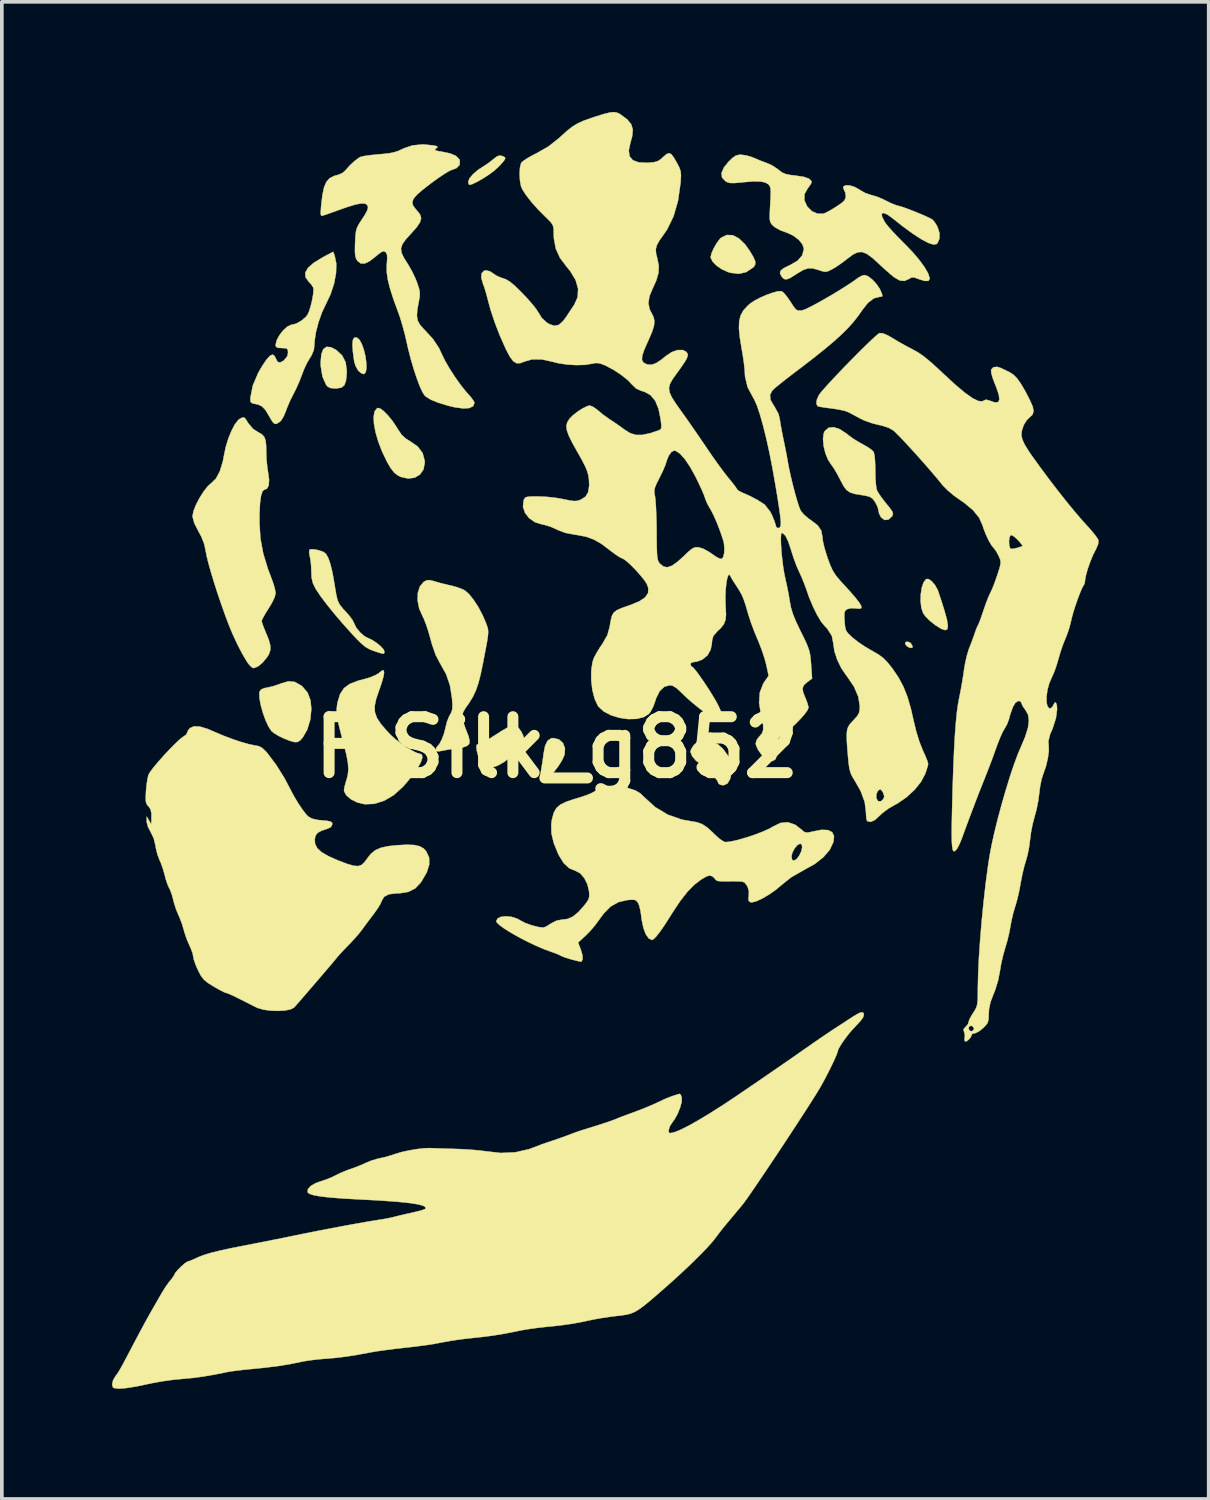
<source format=kicad_pcb>
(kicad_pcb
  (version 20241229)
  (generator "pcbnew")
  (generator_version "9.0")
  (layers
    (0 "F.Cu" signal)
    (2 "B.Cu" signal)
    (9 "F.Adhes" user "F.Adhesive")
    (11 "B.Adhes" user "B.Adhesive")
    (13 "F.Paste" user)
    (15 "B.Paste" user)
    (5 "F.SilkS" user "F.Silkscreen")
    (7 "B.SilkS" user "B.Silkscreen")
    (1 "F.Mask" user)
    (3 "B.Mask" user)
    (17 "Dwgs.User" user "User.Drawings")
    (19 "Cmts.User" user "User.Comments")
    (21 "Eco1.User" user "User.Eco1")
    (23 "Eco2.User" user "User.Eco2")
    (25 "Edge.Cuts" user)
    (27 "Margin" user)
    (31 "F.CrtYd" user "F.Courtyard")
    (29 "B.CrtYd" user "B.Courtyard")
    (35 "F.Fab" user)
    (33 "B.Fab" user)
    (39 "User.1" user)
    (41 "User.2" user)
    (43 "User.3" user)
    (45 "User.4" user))
  (footprint "F.Silk_g852"
    (layer "F.Cu")
    (at 12.122 17.313)
    (property "Reference" "F.Silk_g852" (at 0 0 0) (layer "F.SilkS") (effects (font (size 1.524 1.524) (thickness 0.3))))
    (attr through_hole)
    (fp_poly (pts (xy 9.643 -2.842) (xy 9.691 -2.757) (xy 9.694 -2.727) (xy 9.664 -2.708) (xy 9.597 -2.721) (xy 9.534 -2.759) (xy 9.533 -2.76) (xy 9.486 -2.832) (xy 9.514 -2.872) (xy 9.563 -2.879) (xy 9.643 -2.842)) (stroke (width 0.01) (type solid)) (fill yes) (layer "F.SilkS"))
    (fp_poly (pts (xy -6.153 -10.902) (xy -6.011 -10.827) (xy -5.848 -10.676) (xy -5.753 -10.488) (xy -5.723 -10.252) (xy -5.725 -10.175) (xy -5.746 -9.986) (xy -5.789 -9.867) (xy -5.868 -9.803) (xy -5.991 -9.78) (xy -6.037 -9.779) (xy -6.167 -9.79) (xy -6.247 -9.831) (xy -6.287 -9.88) (xy -6.386 -10.102) (xy -6.432 -10.383) (xy -6.435 -10.486) (xy -6.417 -10.705) (xy -6.365 -10.848) (xy -6.277 -10.913) (xy -6.153 -10.902)) (stroke (width 0.01) (type solid)) (fill yes) (layer "F.SilkS"))
    (fp_poly (pts (xy -5.442 -11.162) (xy -5.374 -11.1) (xy -5.311 -10.983) (xy -5.257 -10.828) (xy -5.216 -10.656) (xy -5.192 -10.485) (xy -5.187 -10.334) (xy -5.206 -10.223) (xy -5.252 -10.171) (xy -5.255 -10.17) (xy -5.326 -10.191) (xy -5.407 -10.26) (xy -5.413 -10.268) (xy -5.483 -10.391) (xy -5.521 -10.514) (xy -5.557 -10.782) (xy -5.569 -10.976) (xy -5.557 -11.1) (xy -5.52 -11.162) (xy -5.457 -11.167) (xy -5.442 -11.162)) (stroke (width 0.01) (type solid)) (fill yes) (layer "F.SilkS"))
    (fp_poly (pts (xy -1.501 -16.116) (xy -1.464 -16.103) (xy -1.416 -16.078) (xy -1.406 -16.043) (xy -1.44 -15.984) (xy -1.524 -15.887) (xy -1.598 -15.809) (xy -1.708 -15.711) (xy -1.854 -15.602) (xy -2.017 -15.497) (xy -2.175 -15.407) (xy -2.306 -15.345) (xy -2.386 -15.325) (xy -2.407 -15.361) (xy -2.412 -15.42) (xy -2.377 -15.507) (xy -2.283 -15.617) (xy -2.148 -15.733) (xy -1.99 -15.836) (xy -1.887 -15.903) (xy -1.769 -15.993) (xy -1.745 -16.013) (xy -1.642 -16.093) (xy -1.57 -16.124) (xy -1.501 -16.116)) (stroke (width 0.01) (type solid)) (fill yes) (layer "F.SilkS"))
    (fp_poly (pts (xy 0.059 -0.215) (xy 0.168 -0.116) (xy 0.222 0.026) (xy 0.211 0.193) (xy 0.203 0.221) (xy 0.139 0.359) (xy 0.042 0.512) (xy -0.073 0.663) (xy -0.192 0.795) (xy -0.299 0.89) (xy -0.382 0.931) (xy -0.388 0.931) (xy -0.436 0.901) (xy -0.445 0.888) (xy -0.452 0.825) (xy -0.443 0.71) (xy -0.429 0.624) (xy -0.398 0.442) (xy -0.369 0.243) (xy -0.36 0.169) (xy -0.319 -0.043) (xy -0.253 -0.18) (xy -0.156 -0.245) (xy -0.094 -0.253) (xy 0.059 -0.215)) (stroke (width 0.01) (type solid)) (fill yes) (layer "F.SilkS"))
    (fp_poly (pts (xy 4.794 -13.954) (xy 4.961 -13.867) (xy 5.13 -13.704) (xy 5.25 -13.536) (xy 5.351 -13.368) (xy 5.403 -13.25) (xy 5.409 -13.166) (xy 5.373 -13.1) (xy 5.345 -13.072) (xy 5.157 -12.948) (xy 4.958 -12.902) (xy 4.733 -12.93) (xy 4.657 -12.953) (xy 4.492 -13.029) (xy 4.347 -13.13) (xy 4.241 -13.24) (xy 4.192 -13.342) (xy 4.191 -13.357) (xy 4.215 -13.462) (xy 4.277 -13.601) (xy 4.358 -13.742) (xy 4.443 -13.854) (xy 4.477 -13.886) (xy 4.631 -13.961) (xy 4.794 -13.954)) (stroke (width 0.01) (type solid)) (fill yes) (layer "F.SilkS"))
    (fp_poly (pts (xy 10.133 -4.584) (xy 10.219 -4.522) (xy 10.305 -4.42) (xy 10.375 -4.294) (xy 10.387 -4.265) (xy 10.429 -4.14) (xy 10.486 -3.966) (xy 10.546 -3.774) (xy 10.563 -3.718) (xy 10.629 -3.48) (xy 10.655 -3.315) (xy 10.641 -3.22) (xy 10.582 -3.192) (xy 10.477 -3.228) (xy 10.323 -3.324) (xy 10.287 -3.35) (xy 10.154 -3.458) (xy 10.042 -3.572) (xy 9.982 -3.654) (xy 9.933 -3.798) (xy 9.912 -3.979) (xy 9.917 -4.172) (xy 9.945 -4.353) (xy 9.995 -4.499) (xy 10.065 -4.587) (xy 10.066 -4.587) (xy 10.133 -4.584)) (stroke (width 0.01) (type solid)) (fill yes) (layer "F.SilkS"))
    (fp_poly (pts (xy -4.812 -9.232) (xy -4.714 -9.159) (xy -4.598 -9.041) (xy -4.478 -8.893) (xy -4.368 -8.729) (xy -4.339 -8.68) (xy -4.231 -8.518) (xy -4.107 -8.406) (xy -4.002 -8.343) (xy -3.79 -8.196) (xy -3.656 -8.017) (xy -3.6 -7.806) (xy -3.598 -7.759) (xy -3.633 -7.572) (xy -3.729 -7.433) (xy -3.872 -7.348) (xy -4.049 -7.324) (xy -4.245 -7.367) (xy -4.319 -7.401) (xy -4.425 -7.479) (xy -4.527 -7.608) (xy -4.622 -7.771) (xy -4.758 -8.053) (xy -4.865 -8.33) (xy -4.941 -8.59) (xy -4.983 -8.823) (xy -4.991 -9.016) (xy -4.962 -9.159) (xy -4.895 -9.241) (xy -4.88 -9.247) (xy -4.812 -9.232)) (stroke (width 0.01) (type solid)) (fill yes) (layer "F.SilkS"))
    (fp_poly (pts (xy 4.04 -0.176) (xy 4.233 -0.153) (xy 4.38 -0.089) (xy 4.516 0.031) (xy 4.54 0.058) (xy 4.691 0.267) (xy 4.765 0.467) (xy 4.768 0.661) (xy 4.722 0.862) (xy 4.649 0.985) (xy 4.546 1.032) (xy 4.477 1.026) (xy 4.414 0.997) (xy 4.403 0.978) (xy 4.373 0.909) (xy 4.297 0.806) (xy 4.193 0.69) (xy 4.08 0.579) (xy 3.975 0.494) (xy 3.943 0.474) (xy 3.795 0.367) (xy 3.689 0.244) (xy 3.642 0.126) (xy 3.641 0.11) (xy 3.667 0.037) (xy 3.73 -0.057) (xy 3.74 -0.068) (xy 3.817 -0.141) (xy 3.903 -0.173) (xy 4.036 -0.176) (xy 4.04 -0.176)) (stroke (width 0.01) (type solid)) (fill yes) (layer "F.SilkS"))
    (fp_poly (pts (xy -7.14 -1.782) (xy -6.968 -1.686) (xy -6.936 -1.66) (xy -6.793 -1.494) (xy -6.712 -1.285) (xy -6.689 -1.045) (xy -6.718 -0.752) (xy -6.801 -0.481) (xy -6.92 -0.273) (xy -6.993 -0.189) (xy -7.063 -0.146) (xy -7.152 -0.143) (xy -7.279 -0.179) (xy -7.429 -0.239) (xy -7.579 -0.31) (xy -7.708 -0.389) (xy -7.775 -0.444) (xy -7.857 -0.568) (xy -7.938 -0.743) (xy -8.011 -0.947) (xy -8.068 -1.154) (xy -8.102 -1.342) (xy -8.106 -1.485) (xy -8.101 -1.513) (xy -8.059 -1.576) (xy -7.963 -1.615) (xy -7.891 -1.628) (xy -7.731 -1.665) (xy -7.559 -1.722) (xy -7.511 -1.741) (xy -7.314 -1.8) (xy -7.14 -1.782)) (stroke (width 0.01) (type solid)) (fill yes) (layer "F.SilkS"))
    (fp_poly (pts (xy -1.097 -0.568) (xy -1.037 -0.523) (xy -0.968 -0.427) (xy -0.911 -0.308) (xy -0.889 -0.213) (xy -0.917 -0.151) (xy -0.992 -0.05) (xy -1.096 0.074) (xy -1.214 0.201) (xy -1.33 0.314) (xy -1.429 0.395) (xy -1.431 0.396) (xy -1.603 0.494) (xy -1.768 0.551) (xy -1.906 0.56) (xy -1.963 0.542) (xy -2.053 0.451) (xy -2.128 0.294) (xy -2.179 0.095) (xy -2.193 -0.019) (xy -2.18 -0.072) (xy -2.141 -0.085) (xy -2.107 -0.089) (xy -2.062 -0.105) (xy -1.994 -0.14) (xy -1.892 -0.201) (xy -1.744 -0.294) (xy -1.538 -0.425) (xy -1.496 -0.452) (xy -1.324 -0.549) (xy -1.196 -0.587) (xy -1.097 -0.568)) (stroke (width 0.01) (type solid)) (fill yes) (layer "F.SilkS"))
    (fp_poly (pts (xy -6.569 -5.387) (xy -6.499 -5.372) (xy -6.37 -5.331) (xy -6.293 -5.275) (xy -6.236 -5.177) (xy -6.223 -5.148) (xy -6.176 -5.013) (xy -6.13 -4.836) (xy -6.098 -4.678) (xy -6.065 -4.484) (xy -6.031 -4.283) (xy -6.008 -4.149) (xy -5.975 -4.008) (xy -5.921 -3.895) (xy -5.829 -3.779) (xy -5.759 -3.705) (xy -5.65 -3.581) (xy -5.565 -3.464) (xy -5.524 -3.381) (xy -5.466 -3.261) (xy -5.362 -3.133) (xy -5.241 -3.028) (xy -5.151 -2.981) (xy -5.037 -2.928) (xy -4.912 -2.847) (xy -4.8 -2.755) (xy -4.722 -2.669) (xy -4.699 -2.617) (xy -4.701 -2.573) (xy -4.719 -2.552) (xy -4.769 -2.557) (xy -4.868 -2.587) (xy -4.996 -2.63) (xy -5.109 -2.675) (xy -5.211 -2.734) (xy -5.318 -2.821) (xy -5.449 -2.949) (xy -5.571 -3.08) (xy -5.823 -3.36) (xy -6.058 -3.635) (xy -6.265 -3.891) (xy -6.435 -4.116) (xy -6.557 -4.297) (xy -6.574 -4.326) (xy -6.645 -4.471) (xy -6.68 -4.615) (xy -6.689 -4.791) (xy -6.695 -4.961) (xy -6.713 -5.12) (xy -6.731 -5.206) (xy -6.749 -5.312) (xy -6.741 -5.382) (xy -6.737 -5.387) (xy -6.678 -5.399) (xy -6.569 -5.387)) (stroke (width 0.01) (type solid)) (fill yes) (layer "F.SilkS"))
    (fp_poly (pts (xy 7.708 -8.67) (xy 7.899 -8.545) (xy 7.95 -8.502) (xy 8.065 -8.417) (xy 8.219 -8.321) (xy 8.34 -8.255) (xy 8.476 -8.177) (xy 8.584 -8.1) (xy 8.634 -8.046) (xy 8.653 -7.97) (xy 8.668 -7.832) (xy 8.677 -7.655) (xy 8.678 -7.541) (xy 8.682 -7.348) (xy 8.693 -7.176) (xy 8.709 -7.049) (xy 8.72 -7.008) (xy 8.767 -6.923) (xy 8.853 -6.799) (xy 8.96 -6.661) (xy 8.976 -6.641) (xy 9.082 -6.51) (xy 9.141 -6.424) (xy 9.159 -6.366) (xy 9.146 -6.318) (xy 9.131 -6.292) (xy 9.037 -6.206) (xy 8.933 -6.195) (xy 8.839 -6.261) (xy 8.831 -6.272) (xy 8.779 -6.378) (xy 8.763 -6.459) (xy 8.74 -6.552) (xy 8.683 -6.667) (xy 8.667 -6.693) (xy 8.601 -6.777) (xy 8.526 -6.827) (xy 8.412 -6.857) (xy 8.317 -6.872) (xy 8.122 -6.904) (xy 7.989 -6.946) (xy 7.893 -7.012) (xy 7.812 -7.121) (xy 7.724 -7.289) (xy 7.723 -7.29) (xy 7.64 -7.448) (xy 7.56 -7.584) (xy 7.499 -7.674) (xy 7.49 -7.684) (xy 7.394 -7.828) (xy 7.318 -8.012) (xy 7.27 -8.211) (xy 7.253 -8.401) (xy 7.272 -8.556) (xy 7.299 -8.616) (xy 7.402 -8.706) (xy 7.541 -8.724) (xy 7.708 -8.67)) (stroke (width 0.01) (type solid)) (fill yes) (layer "F.SilkS"))
    (fp_poly (pts (xy -4.711 -2.067) (xy -4.707 -2.041) (xy -4.716 -1.965) (xy -4.75 -1.832) (xy -4.804 -1.663) (xy -4.845 -1.548) (xy -4.924 -1.315) (xy -4.963 -1.124) (xy -4.957 -0.959) (xy -4.902 -0.801) (xy -4.792 -0.634) (xy -4.623 -0.439) (xy -4.521 -0.332) (xy -4.402 -0.225) (xy -4.253 -0.111) (xy -4.092 -0.001) (xy -3.939 0.091) (xy -3.815 0.151) (xy -3.747 0.169) (xy -3.677 0.198) (xy -3.664 0.278) (xy -3.705 0.405) (xy -3.796 0.57) (xy -3.934 0.766) (xy -4.116 0.988) (xy -4.195 1.076) (xy -4.439 1.298) (xy -4.702 1.453) (xy -4.97 1.539) (xy -5.234 1.55) (xy -5.438 1.502) (xy -5.61 1.415) (xy -5.735 1.309) (xy -5.795 1.2) (xy -5.799 1.167) (xy -5.784 1.072) (xy -5.749 0.944) (xy -5.737 0.91) (xy -5.696 0.761) (xy -5.68 0.607) (xy -5.692 0.427) (xy -5.732 0.206) (xy -5.803 -0.076) (xy -5.805 -0.085) (xy -5.883 -0.377) (xy -5.94 -0.604) (xy -5.976 -0.778) (xy -5.995 -0.915) (xy -5.999 -1.03) (xy -5.989 -1.137) (xy -5.971 -1.24) (xy -5.905 -1.453) (xy -5.8 -1.612) (xy -5.642 -1.728) (xy -5.42 -1.814) (xy -5.307 -1.843) (xy -5.092 -1.904) (xy -4.923 -1.976) (xy -4.847 -2.025) (xy -4.765 -2.09) (xy -4.726 -2.103) (xy -4.711 -2.067)) (stroke (width 0.01) (type solid)) (fill yes) (layer "F.SilkS"))
    (fp_poly (pts (xy -3.369 -4.534) (xy -3.314 -4.517) (xy -3.147 -4.47) (xy -2.958 -4.424) (xy -2.878 -4.407) (xy -2.717 -4.363) (xy -2.568 -4.306) (xy -2.506 -4.275) (xy -2.393 -4.176) (xy -2.266 -4.017) (xy -2.137 -3.818) (xy -2.021 -3.598) (xy -1.941 -3.413) (xy -1.909 -3.329) (xy -1.886 -3.26) (xy -1.873 -3.195) (xy -1.871 -3.119) (xy -1.88 -3.018) (xy -1.901 -2.881) (xy -1.936 -2.693) (xy -1.984 -2.441) (xy -2.01 -2.307) (xy -2.074 -1.996) (xy -2.137 -1.75) (xy -2.206 -1.549) (xy -2.289 -1.373) (xy -2.393 -1.204) (xy -2.485 -1.076) (xy -2.552 -0.962) (xy -2.576 -0.847) (xy -2.556 -0.709) (xy -2.492 -0.524) (xy -2.477 -0.487) (xy -2.406 -0.301) (xy -2.376 -0.175) (xy -2.388 -0.093) (xy -2.445 -0.041) (xy -2.537 -0.006) (xy -2.65 0.024) (xy -2.727 0.037) (xy -2.738 0.036) (xy -2.805 0.039) (xy -2.938 0.058) (xy -3.123 0.092) (xy -3.207 0.109) (xy -3.285 0.105) (xy -3.302 0.067) (xy -3.276 -0.006) (xy -3.259 -0.022) (xy -3.199 -0.092) (xy -3.133 -0.217) (xy -3.075 -0.371) (xy -3.035 -0.526) (xy -3.031 -0.548) (xy -2.991 -0.704) (xy -2.93 -0.851) (xy -2.914 -0.879) (xy -2.87 -0.962) (xy -2.847 -1.048) (xy -2.844 -1.161) (xy -2.856 -1.329) (xy -2.857 -1.346) (xy -2.912 -1.688) (xy -3.014 -1.989) (xy -3.177 -2.283) (xy -3.186 -2.297) (xy -3.302 -2.519) (xy -3.405 -2.816) (xy -3.444 -2.96) (xy -3.502 -3.165) (xy -3.566 -3.358) (xy -3.628 -3.514) (xy -3.661 -3.579) (xy -3.751 -3.786) (xy -3.793 -4.001) (xy -3.787 -4.205) (xy -3.734 -4.378) (xy -3.634 -4.502) (xy -3.619 -4.513) (xy -3.548 -4.55) (xy -3.476 -4.557) (xy -3.369 -4.534)) (stroke (width 0.01) (type solid)) (fill yes) (layer "F.SilkS"))
    (fp_poly (pts (xy -6.053 -13.396) (xy -6.009 -13.182) (xy -6.016 -12.922) (xy -6.07 -12.635) (xy -6.167 -12.34) (xy -6.288 -12.086) (xy -6.4 -11.849) (xy -6.495 -11.58) (xy -6.565 -11.309) (xy -6.601 -11.067) (xy -6.604 -10.994) (xy -6.621 -10.826) (xy -6.684 -10.677) (xy -6.728 -10.609) (xy -6.81 -10.468) (xy -6.893 -10.29) (xy -6.944 -10.156) (xy -7.018 -9.963) (xy -7.111 -9.755) (xy -7.175 -9.631) (xy -7.262 -9.458) (xy -7.342 -9.273) (xy -7.386 -9.155) (xy -7.443 -9.017) (xy -7.51 -8.908) (xy -7.548 -8.869) (xy -7.637 -8.815) (xy -7.693 -8.816) (xy -7.737 -8.858) (xy -7.785 -8.931) (xy -7.845 -9.035) (xy -7.847 -9.038) (xy -7.942 -9.195) (xy -8.033 -9.29) (xy -8.14 -9.34) (xy -8.201 -9.353) (xy -8.305 -9.377) (xy -8.347 -9.417) (xy -8.351 -9.501) (xy -8.349 -9.527) (xy -8.284 -9.857) (xy -8.137 -10.203) (xy -8.02 -10.404) (xy -7.902 -10.576) (xy -7.811 -10.674) (xy -7.743 -10.702) (xy -7.69 -10.663) (xy -7.664 -10.609) (xy -7.609 -10.506) (xy -7.542 -10.484) (xy -7.445 -10.536) (xy -7.434 -10.545) (xy -7.341 -10.662) (xy -7.324 -10.756) (xy -7.331 -10.835) (xy -7.368 -10.871) (xy -7.459 -10.879) (xy -7.493 -10.88) (xy -7.603 -10.887) (xy -7.652 -10.915) (xy -7.662 -10.967) (xy -7.633 -11.091) (xy -7.559 -11.229) (xy -7.456 -11.361) (xy -7.344 -11.463) (xy -7.24 -11.513) (xy -7.22 -11.515) (xy -7.101 -11.545) (xy -6.964 -11.622) (xy -6.843 -11.723) (xy -6.796 -11.782) (xy -6.75 -11.881) (xy -6.705 -12.028) (xy -6.665 -12.194) (xy -6.638 -12.352) (xy -6.629 -12.476) (xy -6.635 -12.524) (xy -6.684 -12.603) (xy -6.76 -12.687) (xy -6.847 -12.809) (xy -6.854 -12.935) (xy -6.779 -13.066) (xy -6.621 -13.204) (xy -6.381 -13.35) (xy -6.381 -13.351) (xy -6.094 -13.504) (xy -6.053 -13.396)) (stroke (width 0.01) (type solid)) (fill yes) (layer "F.SilkS"))
    (fp_poly (pts (xy -8.51 -8.982) (xy -8.462 -8.922) (xy -8.419 -8.847) (xy -8.275 -8.675) (xy -8.146 -8.592) (xy -8.044 -8.534) (xy -7.977 -8.468) (xy -7.939 -8.374) (xy -7.921 -8.233) (xy -7.917 -8.027) (xy -7.917 -8.025) (xy -7.909 -7.828) (xy -7.888 -7.624) (xy -7.867 -7.493) (xy -7.84 -7.288) (xy -7.851 -7.136) (xy -7.899 -7.047) (xy -7.956 -7.027) (xy -8.015 -6.987) (xy -8.058 -6.865) (xy -8.087 -6.661) (xy -8.101 -6.375) (xy -8.102 -6.096) (xy -8.075 -5.686) (xy -8 -5.282) (xy -7.871 -4.858) (xy -7.789 -4.642) (xy -7.728 -4.475) (xy -7.683 -4.322) (xy -7.663 -4.213) (xy -7.662 -4.201) (xy -7.689 -4.091) (xy -7.763 -3.936) (xy -7.853 -3.787) (xy -7.941 -3.645) (xy -8.008 -3.527) (xy -8.042 -3.453) (xy -8.043 -3.443) (xy -8.027 -3.377) (xy -7.985 -3.263) (xy -7.939 -3.153) (xy -7.852 -2.94) (xy -7.808 -2.78) (xy -7.806 -2.653) (xy -7.844 -2.539) (xy -7.895 -2.456) (xy -8.02 -2.305) (xy -8.148 -2.201) (xy -8.261 -2.159) (xy -8.269 -2.159) (xy -8.326 -2.192) (xy -8.402 -2.274) (xy -8.435 -2.321) (xy -8.567 -2.542) (xy -8.71 -2.818) (xy -8.849 -3.122) (xy -8.927 -3.311) (xy -9.029 -3.578) (xy -9.134 -3.873) (xy -9.239 -4.18) (xy -9.336 -4.483) (xy -9.422 -4.766) (xy -9.492 -5.014) (xy -9.541 -5.21) (xy -9.56 -5.313) (xy -9.608 -5.544) (xy -9.692 -5.754) (xy -9.763 -5.882) (xy -9.877 -6.106) (xy -9.924 -6.28) (xy -9.925 -6.307) (xy -9.899 -6.439) (xy -9.831 -6.611) (xy -9.734 -6.797) (xy -9.621 -6.974) (xy -9.508 -7.118) (xy -9.416 -7.199) (xy -9.287 -7.324) (xy -9.181 -7.524) (xy -9.1 -7.79) (xy -9.067 -7.963) (xy -9.019 -8.191) (xy -8.949 -8.419) (xy -8.863 -8.629) (xy -8.771 -8.802) (xy -8.68 -8.92) (xy -8.634 -8.954) (xy -8.559 -8.989) (xy -8.51 -8.982)) (stroke (width 0.01) (type solid)) (fill yes) (layer "F.SilkS"))
    (fp_poly (pts (xy -3.355 -16.4) (xy -3.349 -16.399) (xy -3.263 -16.377) (xy -3.251 -16.353) (xy -3.29 -16.318) (xy -3.323 -16.285) (xy -3.303 -16.263) (xy -3.217 -16.243) (xy -3.153 -16.234) (xy -2.912 -16.184) (xy -2.749 -16.116) (xy -2.659 -16.025) (xy -2.642 -15.981) (xy -2.65 -15.867) (xy -2.737 -15.78) (xy -2.879 -15.728) (xy -2.951 -15.694) (xy -3.074 -15.618) (xy -3.232 -15.512) (xy -3.409 -15.384) (xy -3.45 -15.353) (xy -3.666 -15.185) (xy -3.816 -15.054) (xy -3.905 -14.947) (xy -3.938 -14.856) (xy -3.92 -14.769) (xy -3.856 -14.677) (xy -3.808 -14.624) (xy -3.726 -14.519) (xy -3.697 -14.419) (xy -3.727 -14.308) (xy -3.817 -14.173) (xy -3.955 -14.018) (xy -4.111 -13.846) (xy -4.207 -13.712) (xy -4.247 -13.595) (xy -4.231 -13.475) (xy -4.163 -13.331) (xy -4.045 -13.145) (xy -3.953 -12.984) (xy -3.86 -12.792) (xy -3.808 -12.663) (xy -3.756 -12.508) (xy -3.734 -12.393) (xy -3.737 -12.281) (xy -3.76 -12.153) (xy -3.801 -11.926) (xy -3.813 -11.758) (xy -3.791 -11.628) (xy -3.73 -11.515) (xy -3.626 -11.397) (xy -3.594 -11.365) (xy -3.372 -11.122) (xy -3.212 -10.882) (xy -3.132 -10.71) (xy -3.048 -10.537) (xy -2.925 -10.324) (xy -2.78 -10.099) (xy -2.629 -9.885) (xy -2.489 -9.709) (xy -2.45 -9.665) (xy -2.347 -9.548) (xy -2.274 -9.45) (xy -2.244 -9.39) (xy -2.244 -9.388) (xy -2.28 -9.296) (xy -2.386 -9.244) (xy -2.557 -9.235) (xy -2.788 -9.267) (xy -2.963 -9.309) (xy -3.237 -9.393) (xy -3.436 -9.474) (xy -3.568 -9.557) (xy -3.608 -9.595) (xy -3.668 -9.693) (xy -3.742 -9.858) (xy -3.822 -10.074) (xy -3.904 -10.324) (xy -3.983 -10.594) (xy -4.052 -10.866) (xy -4.083 -11.004) (xy -4.138 -11.243) (xy -4.204 -11.489) (xy -4.27 -11.71) (xy -4.318 -11.846) (xy -4.449 -12.201) (xy -4.543 -12.495) (xy -4.604 -12.738) (xy -4.634 -12.945) (xy -4.635 -13.127) (xy -4.632 -13.167) (xy -4.621 -13.329) (xy -4.628 -13.428) (xy -4.657 -13.485) (xy -4.669 -13.497) (xy -4.715 -13.518) (xy -4.776 -13.499) (xy -4.868 -13.431) (xy -4.93 -13.379) (xy -5.101 -13.247) (xy -5.235 -13.183) (xy -5.34 -13.184) (xy -5.427 -13.25) (xy -5.43 -13.253) (xy -5.469 -13.314) (xy -5.491 -13.39) (xy -5.501 -13.501) (xy -5.499 -13.67) (xy -5.497 -13.741) (xy -5.487 -13.931) (xy -5.472 -14.062) (xy -5.442 -14.163) (xy -5.391 -14.261) (xy -5.329 -14.357) (xy -5.224 -14.519) (xy -5.165 -14.63) (xy -5.145 -14.706) (xy -5.159 -14.764) (xy -5.165 -14.774) (xy -5.22 -14.815) (xy -5.322 -14.821) (xy -5.478 -14.793) (xy -5.696 -14.727) (xy -5.863 -14.669) (xy -6.047 -14.603) (xy -6.207 -14.546) (xy -6.323 -14.506) (xy -6.367 -14.491) (xy -6.408 -14.483) (xy -6.429 -14.504) (xy -6.434 -14.57) (xy -6.426 -14.696) (xy -6.419 -14.778) (xy -6.386 -15.057) (xy -6.341 -15.263) (xy -6.278 -15.409) (xy -6.189 -15.507) (xy -6.067 -15.57) (xy -5.957 -15.599) (xy -5.841 -15.65) (xy -5.767 -15.714) (xy -5.641 -15.855) (xy -5.508 -15.979) (xy -5.39 -16.066) (xy -5.348 -16.088) (xy -5.26 -16.11) (xy -5.118 -16.131) (xy -4.952 -16.149) (xy -4.945 -16.15) (xy -4.717 -16.17) (xy -4.551 -16.19) (xy -4.425 -16.216) (xy -4.316 -16.253) (xy -4.203 -16.304) (xy -4.173 -16.32) (xy -3.933 -16.401) (xy -3.651 -16.429) (xy -3.355 -16.4)) (stroke (width 0.01) (type solid)) (fill yes) (layer "F.SilkS"))
    (fp_poly (pts (xy 5.164 -16.127) (xy 5.323 -16.08) (xy 5.376 -16.058) (xy 5.53 -15.992) (xy 5.686 -15.933) (xy 5.729 -15.918) (xy 5.867 -15.855) (xy 6.008 -15.763) (xy 6.038 -15.738) (xy 6.131 -15.667) (xy 6.23 -15.622) (xy 6.364 -15.594) (xy 6.499 -15.579) (xy 6.726 -15.545) (xy 6.871 -15.495) (xy 6.938 -15.428) (xy 6.943 -15.4) (xy 6.917 -15.343) (xy 6.855 -15.255) (xy 6.837 -15.232) (xy 6.749 -15.075) (xy 6.744 -14.91) (xy 6.823 -14.735) (xy 6.826 -14.731) (xy 6.952 -14.606) (xy 7.111 -14.539) (xy 7.262 -14.54) (xy 7.339 -14.572) (xy 7.461 -14.638) (xy 7.602 -14.724) (xy 7.611 -14.73) (xy 7.751 -14.825) (xy 7.832 -14.898) (xy 7.867 -14.963) (xy 7.874 -15.019) (xy 7.858 -15.123) (xy 7.827 -15.186) (xy 7.802 -15.254) (xy 7.811 -15.283) (xy 7.877 -15.316) (xy 7.988 -15.309) (xy 8.122 -15.266) (xy 8.252 -15.192) (xy 8.265 -15.183) (xy 8.403 -15.104) (xy 8.556 -15.051) (xy 8.572 -15.048) (xy 8.709 -15.009) (xy 8.87 -14.943) (xy 8.954 -14.901) (xy 9.101 -14.828) (xy 9.247 -14.771) (xy 9.313 -14.753) (xy 9.417 -14.723) (xy 9.568 -14.669) (xy 9.745 -14.601) (xy 9.925 -14.527) (xy 10.083 -14.457) (xy 10.199 -14.401) (xy 10.237 -14.377) (xy 10.291 -14.315) (xy 10.357 -14.21) (xy 10.374 -14.177) (xy 10.426 -14.015) (xy 10.425 -13.861) (xy 10.373 -13.739) (xy 10.348 -13.714) (xy 10.265 -13.699) (xy 10.127 -13.742) (xy 9.938 -13.841) (xy 9.702 -13.994) (xy 9.423 -14.198) (xy 9.152 -14.413) (xy 9.003 -14.52) (xy 8.902 -14.561) (xy 8.853 -14.54) (xy 8.861 -14.461) (xy 8.93 -14.325) (xy 8.957 -14.283) (xy 9.029 -14.191) (xy 9.147 -14.058) (xy 9.296 -13.901) (xy 9.459 -13.736) (xy 9.48 -13.716) (xy 9.693 -13.495) (xy 9.876 -13.28) (xy 10.02 -13.083) (xy 10.117 -12.914) (xy 10.159 -12.786) (xy 10.16 -12.769) (xy 10.127 -12.712) (xy 10.031 -12.707) (xy 9.877 -12.752) (xy 9.846 -12.765) (xy 9.739 -12.803) (xy 9.669 -12.804) (xy 9.599 -12.765) (xy 9.599 -12.765) (xy 9.472 -12.708) (xy 9.341 -12.722) (xy 9.19 -12.81) (xy 9.186 -12.813) (xy 9.083 -12.898) (xy 8.946 -13.018) (xy 8.804 -13.149) (xy 8.784 -13.168) (xy 8.595 -13.339) (xy 8.444 -13.448) (xy 8.316 -13.498) (xy 8.196 -13.489) (xy 8.067 -13.427) (xy 7.918 -13.315) (xy 7.769 -13.201) (xy 7.615 -13.095) (xy 7.508 -13.031) (xy 7.398 -12.976) (xy 7.318 -12.957) (xy 7.229 -12.973) (xy 7.125 -13.008) (xy 6.976 -13.05) (xy 6.851 -13.053) (xy 6.721 -13.011) (xy 6.562 -12.919) (xy 6.51 -12.884) (xy 6.363 -12.792) (xy 6.263 -12.752) (xy 6.193 -12.761) (xy 6.134 -12.816) (xy 6.123 -12.832) (xy 6.081 -12.915) (xy 6.094 -12.983) (xy 6.17 -13.049) (xy 6.317 -13.123) (xy 6.351 -13.138) (xy 6.558 -13.258) (xy 6.685 -13.403) (xy 6.731 -13.573) (xy 6.731 -13.585) (xy 6.693 -13.705) (xy 6.591 -13.83) (xy 6.445 -13.941) (xy 6.271 -14.023) (xy 6.237 -14.034) (xy 6.085 -14.091) (xy 5.951 -14.165) (xy 5.895 -14.21) (xy 5.848 -14.259) (xy 5.819 -14.309) (xy 5.803 -14.376) (xy 5.8 -14.478) (xy 5.806 -14.635) (xy 5.814 -14.793) (xy 5.825 -15.002) (xy 5.828 -15.144) (xy 5.821 -15.235) (xy 5.803 -15.292) (xy 5.771 -15.333) (xy 5.759 -15.345) (xy 5.673 -15.393) (xy 5.543 -15.418) (xy 5.355 -15.42) (xy 5.1 -15.4) (xy 5.008 -15.39) (xy 4.836 -15.375) (xy 4.723 -15.377) (xy 4.642 -15.399) (xy 4.595 -15.426) (xy 4.501 -15.526) (xy 4.488 -15.652) (xy 4.556 -15.804) (xy 4.674 -15.951) (xy 4.787 -16.062) (xy 4.874 -16.122) (xy 4.962 -16.145) (xy 5.023 -16.147) (xy 5.164 -16.127)) (stroke (width 0.01) (type solid)) (fill yes) (layer "F.SilkS"))
    (fp_poly (pts (xy -9.729 -0.566) (xy -9.515 -0.502) (xy -9.335 -0.425) (xy -9.105 -0.326) (xy -8.857 -0.232) (xy -8.616 -0.15) (xy -8.402 -0.089) (xy -8.24 -0.055) (xy -8.227 -0.053) (xy -8.113 -0.03) (xy -8.02 0.022) (xy -7.919 0.121) (xy -7.883 0.164) (xy -7.646 0.479) (xy -7.422 0.838) (xy -7.292 1.084) (xy -7.179 1.301) (xy -7.054 1.512) (xy -6.93 1.697) (xy -6.822 1.836) (xy -6.775 1.884) (xy -6.673 1.942) (xy -6.515 1.978) (xy -6.399 1.99) (xy -6.247 2.004) (xy -6.161 2.024) (xy -6.124 2.054) (xy -6.117 2.094) (xy -6.155 2.172) (xy -6.244 2.215) (xy -6.416 2.273) (xy -6.521 2.332) (xy -6.575 2.407) (xy -6.596 2.506) (xy -6.586 2.635) (xy -6.526 2.749) (xy -6.41 2.856) (xy -6.227 2.963) (xy -5.971 3.077) (xy -5.933 3.092) (xy -5.705 3.178) (xy -5.537 3.226) (xy -5.415 3.236) (xy -5.322 3.205) (xy -5.243 3.133) (xy -5.18 3.047) (xy -5.069 2.904) (xy -4.945 2.803) (xy -4.788 2.734) (xy -4.581 2.691) (xy -4.355 2.667) (xy -4.084 2.653) (xy -3.882 2.661) (xy -3.734 2.696) (xy -3.626 2.758) (xy -3.558 2.834) (xy -3.48 3.003) (xy -3.476 3.194) (xy -3.546 3.411) (xy -3.691 3.659) (xy -3.712 3.689) (xy -3.858 3.842) (xy -4.04 3.936) (xy -4.275 3.976) (xy -4.376 3.979) (xy -4.577 4.003) (xy -4.709 4.074) (xy -4.768 4.177) (xy -4.808 4.267) (xy -4.886 4.396) (xy -4.985 4.535) (xy -4.991 4.543) (xy -5.108 4.696) (xy -5.222 4.849) (xy -5.305 4.964) (xy -5.395 5.079) (xy -5.521 5.223) (xy -5.655 5.365) (xy -5.665 5.375) (xy -5.791 5.505) (xy -5.905 5.627) (xy -5.983 5.716) (xy -5.99 5.725) (xy -6.046 5.793) (xy -6.145 5.912) (xy -6.278 6.068) (xy -6.432 6.248) (xy -6.596 6.44) (xy -6.759 6.629) (xy -6.909 6.803) (xy -7.035 6.948) (xy -7.125 7.051) (xy -7.16 7.089) (xy -7.253 7.139) (xy -7.405 7.17) (xy -7.594 7.181) (xy -7.796 7.174) (xy -7.989 7.148) (xy -8.149 7.103) (xy -8.183 7.087) (xy -8.31 7.024) (xy -8.478 6.939) (xy -8.652 6.851) (xy -8.666 6.844) (xy -8.814 6.771) (xy -8.935 6.717) (xy -9.008 6.69) (xy -9.017 6.689) (xy -9.072 6.668) (xy -9.179 6.614) (xy -9.317 6.536) (xy -9.355 6.514) (xy -9.511 6.416) (xy -9.614 6.331) (xy -9.691 6.234) (xy -9.763 6.1) (xy -9.777 6.072) (xy -9.843 5.922) (xy -9.889 5.789) (xy -9.906 5.704) (xy -9.925 5.608) (xy -9.973 5.477) (xy -10.009 5.399) (xy -10.083 5.229) (xy -10.146 5.043) (xy -10.163 4.979) (xy -10.215 4.805) (xy -10.283 4.627) (xy -10.309 4.572) (xy -10.376 4.41) (xy -10.434 4.226) (xy -10.451 4.158) (xy -10.49 4.011) (xy -10.536 3.886) (xy -10.56 3.84) (xy -10.603 3.748) (xy -10.65 3.608) (xy -10.681 3.492) (xy -10.729 3.32) (xy -10.788 3.153) (xy -10.825 3.069) (xy -10.882 2.92) (xy -10.925 2.745) (xy -10.934 2.683) (xy -10.982 2.482) (xy -11.067 2.307) (xy -11.137 2.174) (xy -11.173 2.044) (xy -11.175 2.016) (xy -11.173 1.884) (xy -11.113 1.99) (xy -11.052 2.095) (xy -11.046 1.968) (xy -11.046 1.8) (xy -11.07 1.689) (xy -11.125 1.608) (xy -11.136 1.598) (xy -11.176 1.548) (xy -11.197 1.479) (xy -11.202 1.37) (xy -11.194 1.199) (xy -11.194 1.196) (xy -11.177 1.019) (xy -11.153 0.858) (xy -11.126 0.747) (xy -11.124 0.741) (xy -11.074 0.659) (xy -10.978 0.534) (xy -10.849 0.381) (xy -10.701 0.214) (xy -10.547 0.05) (xy -10.402 -0.097) (xy -10.279 -0.213) (xy -10.191 -0.283) (xy -10.175 -0.291) (xy -10.1 -0.346) (xy -10.075 -0.395) (xy -10.046 -0.465) (xy -9.995 -0.525) (xy -9.887 -0.573) (xy -9.729 -0.566)) (stroke (width 0.01) (type solid)) (fill yes) (layer "F.SilkS"))
    (fp_poly (pts (xy 1.862 1.092) (xy 1.968 1.118) (xy 2.147 1.177) (xy 2.279 1.258) (xy 2.372 1.348) (xy 2.679 1.628) (xy 3.028 1.837) (xy 3.411 1.97) (xy 3.637 2.01) (xy 3.817 2.04) (xy 3.961 2.093) (xy 4.097 2.182) (xy 4.251 2.322) (xy 4.295 2.367) (xy 4.432 2.492) (xy 4.544 2.566) (xy 4.6 2.582) (xy 4.744 2.566) (xy 4.941 2.521) (xy 5.169 2.455) (xy 5.403 2.377) (xy 5.621 2.293) (xy 5.8 2.211) (xy 5.888 2.16) (xy 6.096 2.059) (xy 6.297 2.041) (xy 6.492 2.108) (xy 6.658 2.234) (xy 6.735 2.301) (xy 6.803 2.324) (xy 6.896 2.312) (xy 6.965 2.295) (xy 7.208 2.248) (xy 7.387 2.254) (xy 7.503 2.312) (xy 7.553 2.42) (xy 7.538 2.574) (xy 7.44 2.786) (xy 7.267 2.99) (xy 7.03 3.177) (xy 6.766 3.323) (xy 6.384 3.542) (xy 6.138 3.738) (xy 5.966 3.882) (xy 5.781 4.011) (xy 5.601 4.117) (xy 5.443 4.191) (xy 5.321 4.223) (xy 5.272 4.219) (xy 5.224 4.178) (xy 5.222 4.094) (xy 5.229 4.061) (xy 5.233 3.918) (xy 5.193 3.784) (xy 5.119 3.688) (xy 5.064 3.661) (xy 4.978 3.653) (xy 4.837 3.649) (xy 4.671 3.651) (xy 4.66 3.651) (xy 4.479 3.652) (xy 4.371 3.638) (xy 4.329 3.609) (xy 4.329 3.608) (xy 4.279 3.547) (xy 4.227 3.51) (xy 4.164 3.493) (xy 4.084 3.514) (xy 3.967 3.58) (xy 3.933 3.601) (xy 3.743 3.746) (xy 3.553 3.942) (xy 3.354 4.198) (xy 3.139 4.523) (xy 3.101 4.584) (xy 2.945 4.83) (xy 2.81 5.025) (xy 2.7 5.164) (xy 2.621 5.238) (xy 2.593 5.249) (xy 2.504 5.207) (xy 2.424 5.092) (xy 2.358 4.917) (xy 2.312 4.693) (xy 2.301 4.603) (xy 2.278 4.445) (xy 2.243 4.308) (xy 2.213 4.238) (xy 2.169 4.181) (xy 2.112 4.155) (xy 2.017 4.153) (xy 1.913 4.162) (xy 1.676 4.218) (xy 1.467 4.337) (xy 1.276 4.529) (xy 1.162 4.685) (xy 1.04 4.851) (xy 0.896 5.019) (xy 0.785 5.131) (xy 0.579 5.317) (xy 0.655 5.515) (xy 0.697 5.663) (xy 0.703 5.775) (xy 0.673 5.834) (xy 0.647 5.839) (xy 0.591 5.827) (xy 0.48 5.8) (xy 0.384 5.775) (xy 0.249 5.734) (xy 0.146 5.696) (xy 0.109 5.677) (xy 0.045 5.645) (xy -0.07 5.6) (xy -0.162 5.568) (xy -0.363 5.494) (xy -0.585 5.398) (xy -0.816 5.287) (xy -1.042 5.169) (xy -1.25 5.051) (xy -1.428 4.94) (xy -1.561 4.844) (xy -1.638 4.769) (xy -1.651 4.738) (xy -1.615 4.663) (xy -1.519 4.618) (xy -1.385 4.603) (xy -1.233 4.619) (xy -1.083 4.667) (xy -1.004 4.711) (xy -0.86 4.786) (xy -0.675 4.852) (xy -0.489 4.898) (xy -0.366 4.911) (xy -0.301 4.887) (xy -0.202 4.828) (xy -0.169 4.805) (xy -0.009 4.722) (xy 0.125 4.697) (xy 0.291 4.676) (xy 0.438 4.611) (xy 0.585 4.49) (xy 0.702 4.362) (xy 0.804 4.237) (xy 0.861 4.147) (xy 0.883 4.066) (xy 0.882 3.967) (xy 0.879 3.929) (xy 0.835 3.735) (xy 0.749 3.562) (xy 0.637 3.432) (xy 0.512 3.366) (xy 0.336 3.293) (xy 0.186 3.153) (xy 0.08 2.98) (xy 6.392 2.98) (xy 6.413 3.068) (xy 6.467 3.086) (xy 6.541 3.037) (xy 6.604 2.953) (xy 6.665 2.824) (xy 6.686 2.714) (xy 6.667 2.642) (xy 6.628 2.625) (xy 6.556 2.661) (xy 6.481 2.75) (xy 6.42 2.863) (xy 6.392 2.973) (xy 6.392 2.98) (xy 0.08 2.98) (xy 0.053 2.937) (xy 0.038 2.906) (xy -0.084 2.606) (xy -0.147 2.342) (xy -0.152 2.096) (xy -0.133 1.963) (xy -0.086 1.788) (xy -0.016 1.659) (xy 0.093 1.562) (xy 0.257 1.482) (xy 0.464 1.413) (xy 0.669 1.351) (xy 0.816 1.301) (xy 0.928 1.255) (xy 1.029 1.201) (xy 1.14 1.134) (xy 1.324 1.063) (xy 1.563 1.049) (xy 1.862 1.092)) (stroke (width 0.01) (type solid)) (fill yes) (layer "F.SilkS"))
    (fp_poly (pts (xy 8.368 7.271) (xy 8.347 7.354) (xy 8.279 7.45) (xy 8.17 7.567) (xy 8.055 7.69) (xy 8.043 7.703) (xy 7.953 7.809) (xy 7.855 7.937) (xy 7.764 8.067) (xy 7.696 8.177) (xy 7.663 8.247) (xy 7.662 8.253) (xy 7.643 8.322) (xy 7.591 8.449) (xy 7.514 8.617) (xy 7.419 8.81) (xy 7.315 9.013) (xy 7.209 9.208) (xy 7.185 9.25) (xy 7.108 9.379) (xy 6.993 9.563) (xy 6.848 9.791) (xy 6.677 10.055) (xy 6.489 10.344) (xy 6.289 10.649) (xy 6.084 10.96) (xy 5.88 11.266) (xy 5.684 11.559) (xy 5.502 11.828) (xy 5.341 12.064) (xy 5.208 12.257) (xy 5.108 12.397) (xy 5.054 12.467) (xy 4.878 12.677) (xy 4.735 12.849) (xy 4.604 13.006) (xy 4.559 13.06) (xy 4.456 13.189) (xy 4.359 13.317) (xy 4.328 13.36) (xy 4.226 13.488) (xy 4.069 13.661) (xy 3.867 13.868) (xy 3.631 14.099) (xy 3.37 14.345) (xy 3.095 14.595) (xy 2.955 14.718) (xy 2.705 14.937) (xy 2.506 15.107) (xy 2.348 15.234) (xy 2.219 15.326) (xy 2.107 15.39) (xy 2.002 15.432) (xy 1.89 15.459) (xy 1.762 15.478) (xy 1.644 15.491) (xy 1.42 15.52) (xy 1.182 15.556) (xy 0.975 15.594) (xy 0.925 15.605) (xy 0.665 15.66) (xy 0.432 15.703) (xy 0.197 15.737) (xy -0.073 15.769) (xy -0.275 15.789) (xy -0.501 15.814) (xy -0.729 15.845) (xy -0.927 15.877) (xy -1.016 15.894) (xy -1.388 15.969) (xy -1.727 16.026) (xy -2.082 16.071) (xy -2.244 16.088) (xy -2.486 16.114) (xy -2.692 16.141) (xy -2.895 16.172) (xy -3.125 16.213) (xy -3.344 16.255) (xy -3.475 16.276) (xy -3.665 16.302) (xy -3.892 16.331) (xy -4.131 16.358) (xy -4.17 16.362) (xy -4.422 16.391) (xy -4.679 16.424) (xy -4.912 16.457) (xy -5.091 16.488) (xy -5.101 16.49) (xy -5.44 16.553) (xy -5.726 16.598) (xy -5.988 16.631) (xy -6.254 16.655) (xy -6.329 16.66) (xy -6.54 16.679) (xy -6.754 16.706) (xy -6.933 16.736) (xy -6.964 16.743) (xy -7.277 16.807) (xy -7.607 16.86) (xy -7.979 16.905) (xy -8.276 16.935) (xy -8.493 16.956) (xy -8.696 16.979) (xy -8.86 17.001) (xy -8.954 17.016) (xy -9.326 17.091) (xy -9.641 17.145) (xy -9.921 17.182) (xy -10.191 17.207) (xy -10.223 17.21) (xy -10.459 17.233) (xy -10.732 17.271) (xy -10.997 17.318) (xy -11.103 17.34) (xy -11.461 17.415) (xy -11.74 17.459) (xy -11.941 17.474) (xy -12.063 17.458) (xy -12.094 17.44) (xy -12.117 17.361) (xy -12.092 17.248) (xy -12.024 17.13) (xy -12.002 17.103) (xy -11.954 17.034) (xy -11.883 16.915) (xy -11.811 16.785) (xy -11.736 16.643) (xy -11.636 16.453) (xy -11.525 16.241) (xy -11.432 16.066) (xy -11.319 15.853) (xy -11.202 15.636) (xy -11.095 15.444) (xy -11.027 15.325) (xy -10.93 15.156) (xy -10.832 14.986) (xy -10.76 14.859) (xy -10.669 14.713) (xy -10.568 14.572) (xy -10.533 14.529) (xy -10.46 14.436) (xy -10.418 14.368) (xy -10.414 14.354) (xy -10.385 14.304) (xy -10.313 14.223) (xy -10.222 14.133) (xy -10.133 14.056) (xy -10.071 14.015) (xy -10.061 14.012) (xy -10.007 13.995) (xy -9.899 13.951) (xy -9.764 13.889) (xy -9.622 13.833) (xy -9.428 13.774) (xy -9.173 13.711) (xy -8.849 13.641) (xy -8.594 13.591) (xy -8.286 13.531) (xy -7.97 13.469) (xy -7.666 13.408) (xy -7.399 13.355) (xy -7.19 13.312) (xy -7.176 13.309) (xy -6.84 13.24) (xy -6.477 13.168) (xy -6.104 13.097) (xy -5.74 13.028) (xy -5.401 12.967) (xy -5.105 12.915) (xy -4.87 12.877) (xy -4.825 12.871) (xy -4.655 12.842) (xy -4.489 12.808) (xy -4.423 12.791) (xy -4.297 12.76) (xy -4.125 12.719) (xy -3.94 12.678) (xy -3.925 12.674) (xy -3.768 12.637) (xy -3.646 12.602) (xy -3.581 12.576) (xy -3.576 12.571) (xy -3.579 12.528) (xy -3.647 12.488) (xy -3.783 12.452) (xy -3.99 12.419) (xy -4.27 12.389) (xy -4.627 12.361) (xy -5.064 12.334) (xy -5.376 12.318) (xy -5.809 12.294) (xy -6.16 12.267) (xy -6.432 12.237) (xy -6.626 12.203) (xy -6.745 12.164) (xy -6.79 12.125) (xy -6.782 12.037) (xy -6.702 11.949) (xy -6.563 11.87) (xy -6.443 11.828) (xy -6.274 11.772) (xy -6.108 11.703) (xy -6.032 11.664) (xy -5.89 11.595) (xy -5.718 11.524) (xy -5.63 11.493) (xy -5.457 11.431) (xy -5.281 11.358) (xy -5.207 11.323) (xy -5.047 11.258) (xy -4.876 11.207) (xy -4.826 11.197) (xy -4.678 11.164) (xy -4.5 11.112) (xy -4.381 11.072) (xy -4.229 11.027) (xy -4.032 10.984) (xy -3.821 10.948) (xy -3.624 10.925) (xy -3.473 10.919) (xy -3.45 10.92) (xy -3.394 10.922) (xy -3.271 10.926) (xy -3.095 10.932) (xy -2.886 10.938) (xy -2.815 10.94) (xy -2.573 10.949) (xy -2.337 10.964) (xy -2.132 10.981) (xy -1.983 11) (xy -1.968 11.002) (xy -1.532 11.052) (xy -1.131 11.034) (xy -0.749 10.946) (xy -0.539 10.867) (xy -0.404 10.814) (xy -0.252 10.762) (xy -0.233 10.756) (xy -0.081 10.706) (xy 0.114 10.638) (xy 0.316 10.564) (xy 0.487 10.499) (xy 0.561 10.473) (xy 0.695 10.429) (xy 0.869 10.375) (xy 1.016 10.329) (xy 1.212 10.267) (xy 1.39 10.208) (xy 1.527 10.16) (xy 1.587 10.136) (xy 1.689 10.094) (xy 1.841 10.036) (xy 2.011 9.974) (xy 2.032 9.966) (xy 2.257 9.882) (xy 2.486 9.79) (xy 2.694 9.7) (xy 2.854 9.625) (xy 2.889 9.607) (xy 2.969 9.571) (xy 3.086 9.525) (xy 3.21 9.481) (xy 3.31 9.45) (xy 3.35 9.441) (xy 3.38 9.476) (xy 3.403 9.544) (xy 3.402 9.657) (xy 3.361 9.812) (xy 3.293 9.981) (xy 3.207 10.137) (xy 3.152 10.213) (xy 3.082 10.32) (xy 3.049 10.422) (xy 3.048 10.434) (xy 3.053 10.494) (xy 3.081 10.513) (xy 3.156 10.499) (xy 3.228 10.478) (xy 3.38 10.417) (xy 3.591 10.31) (xy 3.852 10.163) (xy 4.155 9.981) (xy 4.491 9.768) (xy 4.851 9.531) (xy 5.016 9.418) (xy 5.373 9.175) (xy 5.671 8.97) (xy 5.923 8.797) (xy 6.141 8.646) (xy 6.338 8.511) (xy 6.524 8.381) (xy 6.712 8.249) (xy 6.795 8.192) (xy 7.001 8.048) (xy 7.199 7.911) (xy 7.372 7.794) (xy 7.502 7.707) (xy 7.541 7.681) (xy 7.69 7.585) (xy 7.862 7.473) (xy 7.964 7.406) (xy 8.095 7.322) (xy 8.207 7.256) (xy 8.267 7.227) (xy 8.341 7.222) (xy 8.368 7.271)) (stroke (width 0.01) (type solid)) (fill yes) (layer "F.SilkS"))
    (fp_poly (pts (xy 8.885 -11.281) (xy 9.021 -11.223) (xy 9.154 -11.145) (xy 9.337 -11.036) (xy 9.547 -10.919) (xy 9.71 -10.834) (xy 9.849 -10.756) (xy 9.999 -10.652) (xy 10.17 -10.512) (xy 10.377 -10.327) (xy 10.562 -10.153) (xy 10.867 -9.872) (xy 11.122 -9.659) (xy 11.328 -9.514) (xy 11.485 -9.437) (xy 11.593 -9.428) (xy 11.625 -9.444) (xy 11.697 -9.474) (xy 11.793 -9.447) (xy 11.934 -9.398) (xy 12.022 -9.405) (xy 12.058 -9.472) (xy 12.044 -9.602) (xy 11.98 -9.796) (xy 11.936 -9.904) (xy 11.872 -10.074) (xy 11.836 -10.21) (xy 11.833 -10.29) (xy 11.893 -10.356) (xy 11.998 -10.368) (xy 12.097 -10.336) (xy 12.181 -10.296) (xy 12.3 -10.238) (xy 12.339 -10.22) (xy 12.441 -10.154) (xy 12.541 -10.052) (xy 12.647 -9.903) (xy 12.769 -9.694) (xy 12.889 -9.461) (xy 12.967 -9.283) (xy 12.99 -9.155) (xy 12.959 -9.062) (xy 12.891 -9) (xy 12.803 -8.914) (xy 12.729 -8.794) (xy 12.721 -8.778) (xy 12.673 -8.64) (xy 12.658 -8.517) (xy 12.682 -8.393) (xy 12.748 -8.248) (xy 12.861 -8.066) (xy 12.943 -7.946) (xy 13.169 -7.632) (xy 13.414 -7.303) (xy 13.665 -6.976) (xy 13.911 -6.666) (xy 14.139 -6.389) (xy 14.338 -6.159) (xy 14.415 -6.075) (xy 14.547 -5.928) (xy 14.657 -5.795) (xy 14.732 -5.692) (xy 14.757 -5.644) (xy 14.749 -5.536) (xy 14.685 -5.387) (xy 14.674 -5.369) (xy 14.603 -5.227) (xy 14.531 -5.048) (xy 14.465 -4.86) (xy 14.417 -4.689) (xy 14.394 -4.563) (xy 14.394 -4.549) (xy 14.377 -4.458) (xy 14.358 -4.422) (xy 14.316 -4.348) (xy 14.258 -4.215) (xy 14.193 -4.043) (xy 14.127 -3.853) (xy 14.069 -3.668) (xy 14.025 -3.508) (xy 14.013 -3.45) (xy 13.965 -3.259) (xy 13.896 -3.057) (xy 13.857 -2.963) (xy 13.791 -2.799) (xy 13.722 -2.597) (xy 13.669 -2.413) (xy 13.614 -2.227) (xy 13.548 -2.043) (xy 13.486 -1.904) (xy 13.416 -1.742) (xy 13.368 -1.564) (xy 13.344 -1.389) (xy 13.343 -1.236) (xy 13.367 -1.121) (xy 13.418 -1.062) (xy 13.439 -1.058) (xy 13.498 -1.094) (xy 13.525 -1.143) (xy 13.564 -1.218) (xy 13.599 -1.217) (xy 13.624 -1.145) (xy 13.631 -1.042) (xy 13.6 -0.799) (xy 13.508 -0.511) (xy 13.438 -0.349) (xy 13.393 -0.163) (xy 13.4 -0.068) (xy 13.406 0.088) (xy 13.38 0.291) (xy 13.329 0.511) (xy 13.258 0.718) (xy 13.251 0.733) (xy 13.21 0.864) (xy 13.172 1.042) (xy 13.146 1.232) (xy 13.145 1.249) (xy 13.116 1.464) (xy 13.07 1.696) (xy 13.019 1.884) (xy 12.966 2.084) (xy 12.92 2.316) (xy 12.894 2.516) (xy 12.868 2.717) (xy 12.828 2.922) (xy 12.782 3.087) (xy 12.782 3.088) (xy 12.736 3.243) (xy 12.687 3.444) (xy 12.646 3.654) (xy 12.637 3.704) (xy 12.598 3.914) (xy 12.549 4.128) (xy 12.499 4.307) (xy 12.488 4.339) (xy 12.432 4.53) (xy 12.383 4.745) (xy 12.361 4.869) (xy 12.327 5.052) (xy 12.275 5.269) (xy 12.216 5.468) (xy 12.157 5.678) (xy 12.104 5.911) (xy 12.072 6.105) (xy 12.023 6.354) (xy 11.943 6.614) (xy 11.901 6.719) (xy 11.816 6.941) (xy 11.776 7.132) (xy 11.769 7.262) (xy 11.764 7.407) (xy 11.74 7.502) (xy 11.683 7.582) (xy 11.617 7.647) (xy 11.512 7.731) (xy 11.418 7.782) (xy 11.385 7.789) (xy 11.318 7.808) (xy 11.303 7.833) (xy 11.279 7.896) (xy 11.223 7.963) (xy 11.161 8.009) (xy 11.118 8.01) (xy 11.117 8.008) (xy 11.107 7.935) (xy 11.116 7.902) (xy 11.117 7.815) (xy 11.097 7.758) (xy 11.08 7.683) (xy 11.096 7.664) (xy 11.218 7.664) (xy 11.247 7.72) (xy 11.309 7.737) (xy 11.359 7.695) (xy 11.367 7.659) (xy 11.331 7.602) (xy 11.292 7.586) (xy 11.233 7.604) (xy 11.218 7.664) (xy 11.096 7.664) (xy 11.134 7.62) (xy 11.136 7.618) (xy 11.201 7.545) (xy 11.218 7.49) (xy 11.241 7.417) (xy 11.299 7.307) (xy 11.345 7.235) (xy 11.398 7.152) (xy 11.434 7.078) (xy 11.456 6.994) (xy 11.467 6.88) (xy 11.471 6.716) (xy 11.472 6.54) (xy 11.481 6.162) (xy 11.502 5.721) (xy 11.535 5.236) (xy 11.577 4.727) (xy 11.628 4.215) (xy 11.684 3.719) (xy 11.745 3.259) (xy 11.79 2.963) (xy 11.846 2.665) (xy 11.923 2.319) (xy 12.016 1.942) (xy 12.121 1.552) (xy 12.233 1.164) (xy 12.346 0.797) (xy 12.457 0.466) (xy 12.56 0.188) (xy 12.631 0.021) (xy 12.76 -0.283) (xy 12.837 -0.53) (xy 12.863 -0.73) (xy 12.84 -0.89) (xy 12.767 -1.02) (xy 12.764 -1.024) (xy 12.695 -1.121) (xy 12.659 -1.201) (xy 12.658 -1.213) (xy 12.625 -1.26) (xy 12.569 -1.262) (xy 12.495 -1.215) (xy 12.424 -1.095) (xy 12.354 -0.896) (xy 12.319 -0.766) (xy 12.267 -0.627) (xy 12.197 -0.506) (xy 12.147 -0.417) (xy 12.081 -0.271) (xy 12.01 -0.092) (xy 11.967 0.027) (xy 11.883 0.262) (xy 11.782 0.529) (xy 11.683 0.783) (xy 11.649 0.868) (xy 11.538 1.146) (xy 11.407 1.484) (xy 11.264 1.861) (xy 11.117 2.256) (xy 11.029 2.498) (xy 10.974 2.631) (xy 10.917 2.742) (xy 10.898 2.771) (xy 10.852 2.822) (xy 10.817 2.834) (xy 10.79 2.8) (xy 10.773 2.713) (xy 10.762 2.566) (xy 10.759 2.354) (xy 10.762 2.069) (xy 10.768 1.772) (xy 10.784 1.131) (xy 10.803 0.57) (xy 10.824 0.085) (xy 10.847 -0.329) (xy 10.873 -0.678) (xy 10.902 -0.964) (xy 10.934 -1.194) (xy 10.957 -1.314) (xy 11.004 -1.55) (xy 11.05 -1.811) (xy 11.087 -2.049) (xy 11.093 -2.098) (xy 11.128 -2.304) (xy 11.176 -2.51) (xy 11.227 -2.679) (xy 11.239 -2.709) (xy 11.303 -2.872) (xy 11.362 -3.034) (xy 11.388 -3.111) (xy 11.429 -3.228) (xy 11.466 -3.31) (xy 11.474 -3.323) (xy 11.501 -3.381) (xy 11.546 -3.498) (xy 11.599 -3.653) (xy 11.622 -3.721) (xy 11.684 -3.901) (xy 11.747 -4.065) (xy 11.799 -4.185) (xy 11.812 -4.208) (xy 11.859 -4.31) (xy 11.921 -4.463) (xy 11.984 -4.641) (xy 12.001 -4.692) (xy 12.056 -4.863) (xy 12.086 -4.976) (xy 12.093 -5.056) (xy 12.078 -5.125) (xy 12.044 -5.206) (xy 12.042 -5.211) (xy 11.981 -5.327) (xy 11.921 -5.412) (xy 11.907 -5.427) (xy 11.841 -5.509) (xy 11.777 -5.621) (xy 12.32 -5.621) (xy 12.326 -5.511) (xy 12.349 -5.43) (xy 12.371 -5.408) (xy 12.439 -5.411) (xy 12.547 -5.435) (xy 12.656 -5.471) (xy 12.692 -5.487) (xy 12.673 -5.519) (xy 12.612 -5.593) (xy 12.559 -5.652) (xy 12.466 -5.739) (xy 12.392 -5.782) (xy 12.366 -5.782) (xy 12.334 -5.723) (xy 12.32 -5.621) (xy 11.777 -5.621) (xy 11.763 -5.645) (xy 11.686 -5.809) (xy 11.623 -5.974) (xy 11.604 -6.038) (xy 11.509 -6.254) (xy 11.342 -6.461) (xy 11.098 -6.665) (xy 10.981 -6.744) (xy 10.811 -6.866) (xy 10.648 -7.004) (xy 10.521 -7.132) (xy 10.503 -7.154) (xy 10.37 -7.318) (xy 10.205 -7.512) (xy 10.02 -7.725) (xy 9.827 -7.942) (xy 9.637 -8.152) (xy 9.462 -8.341) (xy 9.314 -8.496) (xy 9.204 -8.604) (xy 9.174 -8.631) (xy 9.042 -8.707) (xy 8.849 -8.769) (xy 8.771 -8.785) (xy 8.583 -8.833) (xy 8.392 -8.901) (xy 8.275 -8.955) (xy 8.133 -9.032) (xy 8.001 -9.103) (xy 7.944 -9.133) (xy 7.844 -9.169) (xy 7.69 -9.203) (xy 7.513 -9.231) (xy 7.483 -9.235) (xy 7.32 -9.255) (xy 7.189 -9.276) (xy 7.114 -9.292) (xy 7.107 -9.296) (xy 7.072 -9.362) (xy 7.085 -9.472) (xy 7.143 -9.601) (xy 7.144 -9.602) (xy 7.202 -9.679) (xy 7.308 -9.801) (xy 7.45 -9.958) (xy 7.62 -10.139) (xy 7.807 -10.335) (xy 8.003 -10.536) (xy 8.196 -10.732) (xy 8.378 -10.912) (xy 8.539 -11.068) (xy 8.669 -11.189) (xy 8.759 -11.265) (xy 8.794 -11.287) (xy 8.885 -11.281)) (stroke (width 0.01) (type solid)) (fill yes) (layer "F.SilkS"))
    (fp_poly (pts (xy 1.641 -17.294) (xy 1.719 -17.256) (xy 1.737 -17.244) (xy 1.918 -17.108) (xy 2.027 -16.978) (xy 2.07 -16.835) (xy 2.055 -16.658) (xy 2.004 -16.47) (xy 1.96 -16.262) (xy 1.982 -16.105) (xy 2.071 -15.998) (xy 2.23 -15.939) (xy 2.458 -15.927) (xy 2.487 -15.928) (xy 2.643 -15.942) (xy 2.749 -15.972) (xy 2.837 -16.029) (xy 2.898 -16.085) (xy 2.988 -16.163) (xy 3.057 -16.19) (xy 3.121 -16.16) (xy 3.192 -16.065) (xy 3.279 -15.912) (xy 3.341 -15.791) (xy 3.374 -15.692) (xy 3.383 -15.581) (xy 3.375 -15.426) (xy 3.371 -15.379) (xy 3.302 -14.891) (xy 3.181 -14.471) (xy 3.008 -14.116) (xy 2.917 -13.981) (xy 2.795 -13.811) (xy 2.724 -13.681) (xy 2.696 -13.567) (xy 2.706 -13.446) (xy 2.736 -13.329) (xy 2.778 -13.123) (xy 2.77 -12.928) (xy 2.709 -12.717) (xy 2.619 -12.52) (xy 2.525 -12.296) (xy 2.495 -12.109) (xy 2.526 -11.943) (xy 2.578 -11.839) (xy 2.635 -11.727) (xy 2.659 -11.615) (xy 2.647 -11.487) (xy 2.596 -11.325) (xy 2.506 -11.113) (xy 2.474 -11.043) (xy 2.378 -10.824) (xy 2.326 -10.666) (xy 2.32 -10.557) (xy 2.358 -10.486) (xy 2.441 -10.442) (xy 2.481 -10.43) (xy 2.588 -10.426) (xy 2.708 -10.47) (xy 2.858 -10.57) (xy 2.966 -10.659) (xy 3.128 -10.768) (xy 3.29 -10.825) (xy 3.432 -10.826) (xy 3.527 -10.776) (xy 3.561 -10.729) (xy 3.567 -10.673) (xy 3.54 -10.595) (xy 3.475 -10.484) (xy 3.366 -10.326) (xy 3.264 -10.186) (xy 3.153 -10.03) (xy 3.083 -9.904) (xy 3.055 -9.79) (xy 3.071 -9.673) (xy 3.133 -9.537) (xy 3.244 -9.364) (xy 3.385 -9.165) (xy 3.539 -8.949) (xy 3.718 -8.692) (xy 3.902 -8.425) (xy 4.07 -8.178) (xy 4.089 -8.149) (xy 4.238 -7.932) (xy 4.392 -7.715) (xy 4.536 -7.519) (xy 4.654 -7.367) (xy 4.684 -7.331) (xy 4.788 -7.204) (xy 4.867 -7.101) (xy 4.908 -7.039) (xy 4.911 -7.03) (xy 4.946 -6.996) (xy 5.036 -6.948) (xy 5.091 -6.924) (xy 5.214 -6.87) (xy 5.312 -6.823) (xy 5.334 -6.811) (xy 5.429 -6.76) (xy 5.461 -6.745) (xy 5.662 -6.615) (xy 5.815 -6.42) (xy 5.866 -6.319) (xy 5.921 -6.184) (xy 5.959 -6.074) (xy 5.969 -6.024) (xy 6.002 -5.979) (xy 6.043 -5.978) (xy 6.073 -5.989) (xy 6.093 -6.017) (xy 6.103 -6.071) (xy 6.102 -6.16) (xy 6.089 -6.293) (xy 6.063 -6.48) (xy 6.025 -6.731) (xy 5.972 -7.055) (xy 5.966 -7.091) (xy 5.885 -7.556) (xy 5.8 -7.995) (xy 5.712 -8.398) (xy 5.623 -8.756) (xy 5.537 -9.061) (xy 5.456 -9.304) (xy 5.381 -9.476) (xy 5.351 -9.526) (xy 5.199 -9.811) (xy 5.128 -10.107) (xy 5.122 -10.223) (xy 5.114 -10.336) (xy 5.093 -10.506) (xy 5.063 -10.707) (xy 5.037 -10.855) (xy 4.986 -11.169) (xy 4.962 -11.416) (xy 4.969 -11.612) (xy 5.008 -11.769) (xy 5.082 -11.903) (xy 5.195 -12.027) (xy 5.257 -12.083) (xy 5.375 -12.165) (xy 5.534 -12.249) (xy 5.71 -12.327) (xy 5.881 -12.388) (xy 6.026 -12.426) (xy 6.121 -12.43) (xy 6.126 -12.429) (xy 6.185 -12.382) (xy 6.269 -12.283) (xy 6.359 -12.153) (xy 6.364 -12.145) (xy 6.45 -12.011) (xy 6.51 -11.935) (xy 6.565 -11.903) (xy 6.634 -11.901) (xy 6.687 -11.907) (xy 6.77 -11.935) (xy 6.908 -12.002) (xy 7.088 -12.097) (xy 7.296 -12.214) (xy 7.517 -12.343) (xy 7.736 -12.476) (xy 7.939 -12.605) (xy 8.112 -12.721) (xy 8.208 -12.792) (xy 8.307 -12.849) (xy 8.388 -12.869) (xy 8.481 -12.836) (xy 8.594 -12.748) (xy 8.706 -12.628) (xy 8.797 -12.496) (xy 8.826 -12.435) (xy 8.865 -12.334) (xy 8.867 -12.289) (xy 8.829 -12.277) (xy 8.804 -12.277) (xy 8.639 -12.235) (xy 8.475 -12.109) (xy 8.332 -11.928) (xy 8.21 -11.754) (xy 8.079 -11.588) (xy 7.931 -11.422) (xy 7.757 -11.25) (xy 7.551 -11.063) (xy 7.303 -10.855) (xy 7.006 -10.617) (xy 6.652 -10.344) (xy 6.413 -10.163) (xy 6.236 -10.027) (xy 6.079 -9.902) (xy 5.955 -9.801) (xy 5.882 -9.735) (xy 5.874 -9.727) (xy 5.809 -9.605) (xy 5.821 -9.469) (xy 5.911 -9.312) (xy 5.925 -9.295) (xy 6.04 -9.084) (xy 6.075 -8.94) (xy 6.095 -8.806) (xy 6.129 -8.622) (xy 6.168 -8.422) (xy 6.181 -8.361) (xy 6.221 -8.168) (xy 6.257 -7.986) (xy 6.283 -7.844) (xy 6.288 -7.811) (xy 6.323 -7.621) (xy 6.371 -7.399) (xy 6.427 -7.164) (xy 6.487 -6.933) (xy 6.546 -6.726) (xy 6.599 -6.56) (xy 6.641 -6.455) (xy 6.648 -6.443) (xy 6.732 -6.343) (xy 6.857 -6.235) (xy 6.935 -6.181) (xy 7.106 -6.05) (xy 7.204 -5.906) (xy 7.238 -5.731) (xy 7.238 -5.702) (xy 7.252 -5.604) (xy 7.288 -5.451) (xy 7.342 -5.269) (xy 7.376 -5.165) (xy 7.451 -4.96) (xy 7.522 -4.808) (xy 7.606 -4.678) (xy 7.721 -4.541) (xy 7.769 -4.488) (xy 7.984 -4.253) (xy 8.141 -4.072) (xy 8.244 -3.939) (xy 8.296 -3.849) (xy 8.299 -3.797) (xy 8.257 -3.776) (xy 8.172 -3.782) (xy 8.15 -3.786) (xy 8.014 -3.792) (xy 7.912 -3.765) (xy 7.864 -3.73) (xy 7.839 -3.677) (xy 7.833 -3.582) (xy 7.84 -3.442) (xy 7.853 -3.291) (xy 7.877 -3.191) (xy 7.93 -3.111) (xy 8.026 -3.018) (xy 8.067 -2.982) (xy 8.211 -2.869) (xy 8.393 -2.746) (xy 8.578 -2.636) (xy 8.594 -2.628) (xy 8.769 -2.527) (xy 8.902 -2.427) (xy 9.021 -2.303) (xy 9.142 -2.15) (xy 9.309 -1.905) (xy 9.443 -1.654) (xy 9.553 -1.378) (xy 9.647 -1.054) (xy 9.713 -0.762) (xy 9.79 -0.443) (xy 9.878 -0.155) (xy 9.969 0.075) (xy 9.971 0.078) (xy 10.04 0.231) (xy 10.091 0.358) (xy 10.116 0.437) (xy 10.118 0.447) (xy 10.104 0.517) (xy 10.067 0.635) (xy 10.032 0.734) (xy 9.919 0.945) (xy 9.744 1.161) (xy 9.526 1.361) (xy 9.285 1.527) (xy 9.2 1.572) (xy 9.037 1.667) (xy 8.883 1.781) (xy 8.79 1.867) (xy 8.662 1.982) (xy 8.549 2.032) (xy 8.461 2.011) (xy 8.453 2.004) (xy 8.436 1.948) (xy 8.426 1.839) (xy 8.424 1.772) (xy 8.389 1.489) (xy 8.344 1.368) (xy 8.702 1.368) (xy 8.707 1.39) (xy 8.755 1.468) (xy 8.827 1.47) (xy 8.891 1.417) (xy 8.923 1.343) (xy 8.897 1.248) (xy 8.848 1.17) (xy 8.808 1.143) (xy 8.75 1.18) (xy 8.71 1.266) (xy 8.702 1.368) (xy 8.344 1.368) (xy 8.28 1.193) (xy 8.132 0.932) (xy 8.053 0.803) (xy 8.002 0.692) (xy 7.97 0.57) (xy 7.948 0.407) (xy 7.937 0.289) (xy 7.913 0.008) (xy 7.9 -0.203) (xy 7.898 -0.358) (xy 7.91 -0.471) (xy 7.938 -0.557) (xy 7.983 -0.629) (xy 8.048 -0.703) (xy 8.075 -0.73) (xy 8.177 -0.842) (xy 8.231 -0.93) (xy 8.252 -1.028) (xy 8.255 -1.123) (xy 8.214 -1.381) (xy 8.097 -1.654) (xy 7.908 -1.934) (xy 7.881 -1.967) (xy 7.75 -2.16) (xy 7.64 -2.388) (xy 7.564 -2.619) (xy 7.535 -2.822) (xy 7.535 -2.825) (xy 7.494 -3.036) (xy 7.37 -3.232) (xy 7.302 -3.302) (xy 7.203 -3.423) (xy 7.092 -3.607) (xy 6.98 -3.834) (xy 6.875 -4.086) (xy 6.816 -4.255) (xy 6.747 -4.447) (xy 6.666 -4.647) (xy 6.601 -4.786) (xy 6.53 -4.948) (xy 6.455 -5.15) (xy 6.391 -5.349) (xy 6.389 -5.358) (xy 6.309 -5.6) (xy 6.233 -5.759) (xy 6.159 -5.835) (xy 6.128 -5.842) (xy 6.11 -5.803) (xy 6.104 -5.697) (xy 6.107 -5.541) (xy 6.119 -5.351) (xy 6.139 -5.145) (xy 6.164 -4.94) (xy 6.194 -4.751) (xy 6.222 -4.614) (xy 6.27 -4.4) (xy 6.317 -4.161) (xy 6.347 -3.979) (xy 6.379 -3.81) (xy 6.43 -3.64) (xy 6.508 -3.446) (xy 6.621 -3.207) (xy 6.647 -3.154) (xy 6.752 -2.942) (xy 6.824 -2.783) (xy 6.871 -2.654) (xy 6.9 -2.534) (xy 6.917 -2.4) (xy 6.928 -2.26) (xy 6.955 -1.874) (xy 6.822 -1.776) (xy 6.732 -1.695) (xy 6.696 -1.612) (xy 6.711 -1.502) (xy 6.772 -1.349) (xy 6.823 -1.22) (xy 6.853 -1.111) (xy 6.857 -1.079) (xy 6.827 -1.007) (xy 6.746 -0.896) (xy 6.628 -0.763) (xy 6.488 -0.622) (xy 6.341 -0.489) (xy 6.2 -0.38) (xy 6.191 -0.374) (xy 6.094 -0.303) (xy 6.04 -0.243) (xy 6.017 -0.166) (xy 6.011 -0.042) (xy 6.011 0.018) (xy 5.999 0.207) (xy 5.96 0.322) (xy 5.887 0.371) (xy 5.779 0.364) (xy 5.682 0.307) (xy 5.577 0.2) (xy 5.485 0.069) (xy 5.428 -0.056) (xy 5.419 -0.112) (xy 5.449 -0.209) (xy 5.524 -0.303) (xy 5.524 -0.304) (xy 5.591 -0.381) (xy 5.623 -0.477) (xy 5.621 -0.609) (xy 5.587 -0.794) (xy 5.562 -0.894) (xy 5.511 -1.215) (xy 5.531 -1.496) (xy 5.623 -1.733) (xy 5.651 -1.778) (xy 5.771 -1.951) (xy 5.705 -2.258) (xy 5.655 -2.441) (xy 5.581 -2.662) (xy 5.497 -2.879) (xy 5.469 -2.944) (xy 5.38 -3.159) (xy 5.292 -3.394) (xy 5.222 -3.607) (xy 5.207 -3.659) (xy 5.144 -3.876) (xy 5.09 -4.037) (xy 5.033 -4.167) (xy 4.963 -4.291) (xy 4.884 -4.413) (xy 4.806 -4.532) (xy 4.749 -4.628) (xy 4.73 -4.667) (xy 4.699 -4.711) (xy 4.669 -4.684) (xy 4.641 -4.598) (xy 4.618 -4.466) (xy 4.601 -4.3) (xy 4.593 -4.114) (xy 4.595 -3.92) (xy 4.6 -3.828) (xy 4.61 -3.619) (xy 4.595 -3.469) (xy 4.549 -3.353) (xy 4.464 -3.246) (xy 4.377 -3.166) (xy 4.264 -3.034) (xy 4.233 -2.927) (xy 4.221 -2.809) (xy 4.193 -2.671) (xy 4.19 -2.659) (xy 4.108 -2.51) (xy 3.972 -2.395) (xy 3.809 -2.333) (xy 3.752 -2.328) (xy 3.663 -2.307) (xy 3.641 -2.265) (xy 3.662 -2.208) (xy 3.681 -2.201) (xy 3.722 -2.167) (xy 3.798 -2.076) (xy 3.897 -1.94) (xy 4.011 -1.777) (xy 4.128 -1.599) (xy 4.24 -1.421) (xy 4.336 -1.259) (xy 4.406 -1.127) (xy 4.408 -1.122) (xy 4.489 -0.94) (xy 4.524 -0.819) (xy 4.514 -0.75) (xy 4.461 -0.722) (xy 4.43 -0.72) (xy 4.35 -0.747) (xy 4.222 -0.82) (xy 4.062 -0.929) (xy 3.883 -1.062) (xy 3.701 -1.209) (xy 3.531 -1.359) (xy 3.409 -1.477) (xy 3.266 -1.611) (xy 3.154 -1.679) (xy 3.087 -1.693) (xy 2.931 -1.653) (xy 2.804 -1.535) (xy 2.707 -1.341) (xy 2.684 -1.269) (xy 2.629 -1.114) (xy 2.559 -0.978) (xy 2.51 -0.912) (xy 2.363 -0.821) (xy 2.167 -0.775) (xy 1.942 -0.77) (xy 1.706 -0.804) (xy 1.481 -0.873) (xy 1.285 -0.973) (xy 1.14 -1.103) (xy 1.117 -1.135) (xy 1.029 -1.325) (xy 0.968 -1.566) (xy 0.937 -1.832) (xy 0.938 -2.094) (xy 0.973 -2.325) (xy 1.011 -2.437) (xy 1.081 -2.569) (xy 1.177 -2.726) (xy 1.245 -2.825) (xy 1.378 -3.059) (xy 1.439 -3.282) (xy 1.47 -3.46) (xy 1.502 -3.585) (xy 1.551 -3.671) (xy 1.631 -3.735) (xy 1.758 -3.792) (xy 1.946 -3.859) (xy 2.003 -3.878) (xy 2.245 -3.978) (xy 2.406 -4.085) (xy 2.487 -4.206) (xy 2.493 -4.342) (xy 2.449 -4.458) (xy 2.38 -4.562) (xy 2.275 -4.691) (xy 2.151 -4.83) (xy 2.022 -4.961) (xy 1.907 -5.067) (xy 1.821 -5.13) (xy 1.799 -5.14) (xy 1.719 -5.178) (xy 1.599 -5.256) (xy 1.461 -5.358) (xy 1.431 -5.382) (xy 1.208 -5.55) (xy 1.006 -5.664) (xy 0.799 -5.739) (xy 0.554 -5.786) (xy 0.502 -5.793) (xy 0.229 -5.845) (xy 0.015 -5.927) (xy -0.006 -5.939) (xy -0.167 -6.011) (xy -0.347 -6.065) (xy -0.4 -6.074) (xy -0.594 -6.134) (xy -0.754 -6.245) (xy -0.867 -6.39) (xy -0.922 -6.555) (xy -0.906 -6.723) (xy -0.905 -6.726) (xy -0.882 -6.78) (xy -0.847 -6.813) (xy -0.781 -6.829) (xy -0.666 -6.836) (xy -0.507 -6.836) (xy -0.283 -6.826) (xy -0.038 -6.8) (xy 0.176 -6.763) (xy 0.18 -6.762) (xy 0.352 -6.726) (xy 0.469 -6.711) (xy 0.555 -6.716) (xy 0.637 -6.742) (xy 0.657 -6.75) (xy 0.782 -6.831) (xy 0.855 -6.954) (xy 0.859 -6.983) (xy 2.655 -6.983) (xy 2.664 -6.895) (xy 2.674 -6.848) (xy 2.687 -6.748) (xy 2.699 -6.58) (xy 2.709 -6.362) (xy 2.716 -6.113) (xy 2.719 -5.884) (xy 2.721 -5.606) (xy 2.725 -5.4) (xy 2.731 -5.253) (xy 2.743 -5.152) (xy 2.759 -5.084) (xy 2.783 -5.037) (xy 2.808 -5.006) (xy 2.906 -4.926) (xy 3.013 -4.907) (xy 3.137 -4.949) (xy 3.291 -5.058) (xy 3.438 -5.191) (xy 3.575 -5.322) (xy 3.671 -5.402) (xy 3.743 -5.443) (xy 3.808 -5.454) (xy 3.88 -5.447) (xy 4 -5.407) (xy 4.142 -5.329) (xy 4.226 -5.271) (xy 4.342 -5.191) (xy 4.44 -5.141) (xy 4.486 -5.132) (xy 4.532 -5.18) (xy 4.559 -5.286) (xy 4.567 -5.425) (xy 4.551 -5.573) (xy 4.535 -5.64) (xy 4.458 -5.868) (xy 4.37 -6.1) (xy 4.279 -6.309) (xy 4.197 -6.47) (xy 4.173 -6.508) (xy 4.1 -6.639) (xy 4.046 -6.766) (xy 4.038 -6.795) (xy 4.007 -6.882) (xy 3.946 -7.025) (xy 3.864 -7.201) (xy 3.779 -7.375) (xy 3.632 -7.641) (xy 3.49 -7.851) (xy 3.359 -7.999) (xy 3.245 -8.076) (xy 3.196 -8.086) (xy 3.122 -8.048) (xy 3.049 -7.947) (xy 2.992 -7.807) (xy 2.982 -7.768) (xy 2.948 -7.67) (xy 2.886 -7.526) (xy 2.807 -7.364) (xy 2.793 -7.335) (xy 2.713 -7.178) (xy 2.67 -7.069) (xy 2.655 -6.983) (xy 0.859 -6.983) (xy 0.882 -7.132) (xy 0.876 -7.294) (xy 0.86 -7.408) (xy 0.83 -7.519) (xy 0.778 -7.646) (xy 0.697 -7.806) (xy 0.579 -8.018) (xy 0.554 -8.061) (xy 0.417 -8.307) (xy 0.324 -8.497) (xy 0.273 -8.642) (xy 0.26 -8.757) (xy 0.284 -8.854) (xy 0.34 -8.945) (xy 0.346 -8.954) (xy 0.443 -9.051) (xy 0.573 -9.152) (xy 0.712 -9.24) (xy 0.834 -9.299) (xy 0.897 -9.313) (xy 0.972 -9.286) (xy 1.076 -9.218) (xy 1.132 -9.171) (xy 1.273 -9.056) (xy 1.43 -8.944) (xy 1.473 -8.916) (xy 1.618 -8.82) (xy 1.778 -8.706) (xy 1.847 -8.655) (xy 1.998 -8.561) (xy 2.153 -8.513) (xy 2.329 -8.513) (xy 2.543 -8.559) (xy 2.777 -8.638) (xy 2.825 -8.662) (xy 2.847 -8.705) (xy 2.847 -8.787) (xy 2.83 -8.93) (xy 2.83 -8.933) (xy 2.771 -9.225) (xy 2.681 -9.443) (xy 2.555 -9.596) (xy 2.388 -9.689) (xy 2.296 -9.715) (xy 2.157 -9.78) (xy 2.053 -9.881) (xy 1.929 -10.01) (xy 1.75 -10.152) (xy 1.543 -10.288) (xy 1.334 -10.399) (xy 1.309 -10.411) (xy 1.168 -10.463) (xy 1.058 -10.473) (xy 0.97 -10.455) (xy 0.774 -10.422) (xy 0.53 -10.415) (xy 0.27 -10.431) (xy 0.024 -10.47) (xy -0.085 -10.499) (xy -0.402 -10.569) (xy -0.669 -10.573) (xy -0.872 -10.515) (xy -0.997 -10.468) (xy -1.099 -10.467) (xy -1.187 -10.521) (xy -1.275 -10.637) (xy -1.376 -10.824) (xy -1.397 -10.869) (xy -1.551 -11.215) (xy -1.691 -11.578) (xy -1.808 -11.93) (xy -1.884 -12.213) (xy -1.929 -12.384) (xy -1.98 -12.549) (xy -2.011 -12.632) (xy -2.058 -12.794) (xy -2.049 -12.915) (xy -1.987 -12.984) (xy -1.925 -12.996) (xy -1.816 -12.967) (xy -1.738 -12.914) (xy -1.645 -12.851) (xy -1.514 -12.795) (xy -1.473 -12.783) (xy -1.373 -12.745) (xy -1.268 -12.679) (xy -1.141 -12.573) (xy -0.979 -12.415) (xy -0.943 -12.378) (xy -0.797 -12.223) (xy -0.668 -12.076) (xy -0.571 -11.954) (xy -0.525 -11.884) (xy -0.409 -11.699) (xy -0.274 -11.574) (xy -0.197 -11.528) (xy -0.066 -11.486) (xy 0.05 -11.51) (xy 0.164 -11.607) (xy 0.258 -11.733) (xy 0.348 -11.87) (xy 0.431 -11.995) (xy 0.474 -12.059) (xy 0.568 -12.267) (xy 0.58 -12.492) (xy 0.513 -12.73) (xy 0.366 -12.975) (xy 0.274 -13.087) (xy 0.086 -13.336) (xy -0.029 -13.589) (xy -0.08 -13.872) (xy -0.085 -14.007) (xy -0.088 -14.13) (xy -0.106 -14.217) (xy -0.153 -14.295) (xy -0.242 -14.389) (xy -0.31 -14.454) (xy -0.516 -14.661) (xy -0.697 -14.865) (xy -0.842 -15.051) (xy -0.941 -15.207) (xy -0.976 -15.289) (xy -1.005 -15.446) (xy -1.014 -15.624) (xy -1.005 -15.79) (xy -0.976 -15.911) (xy -0.971 -15.923) (xy -0.914 -15.977) (xy -0.8 -16.054) (xy -0.648 -16.139) (xy -0.558 -16.184) (xy -0.226 -16.374) (xy 0.071 -16.609) (xy 0.106 -16.642) (xy 0.273 -16.794) (xy 0.416 -16.907) (xy 0.558 -16.995) (xy 0.724 -17.071) (xy 0.936 -17.147) (xy 1.071 -17.192) (xy 1.288 -17.258) (xy 1.444 -17.297) (xy 1.555 -17.308) (xy 1.641 -17.294)) (stroke (width 0.01) (type solid)) (fill yes) (layer "F.SilkS")))
  (gr_rect
    (start -3 -3)
    (end 29.884 37.792)
    (stroke (width 0.1) (type default))
    (fill no)
    (layer "Edge.Cuts")))
</source>
